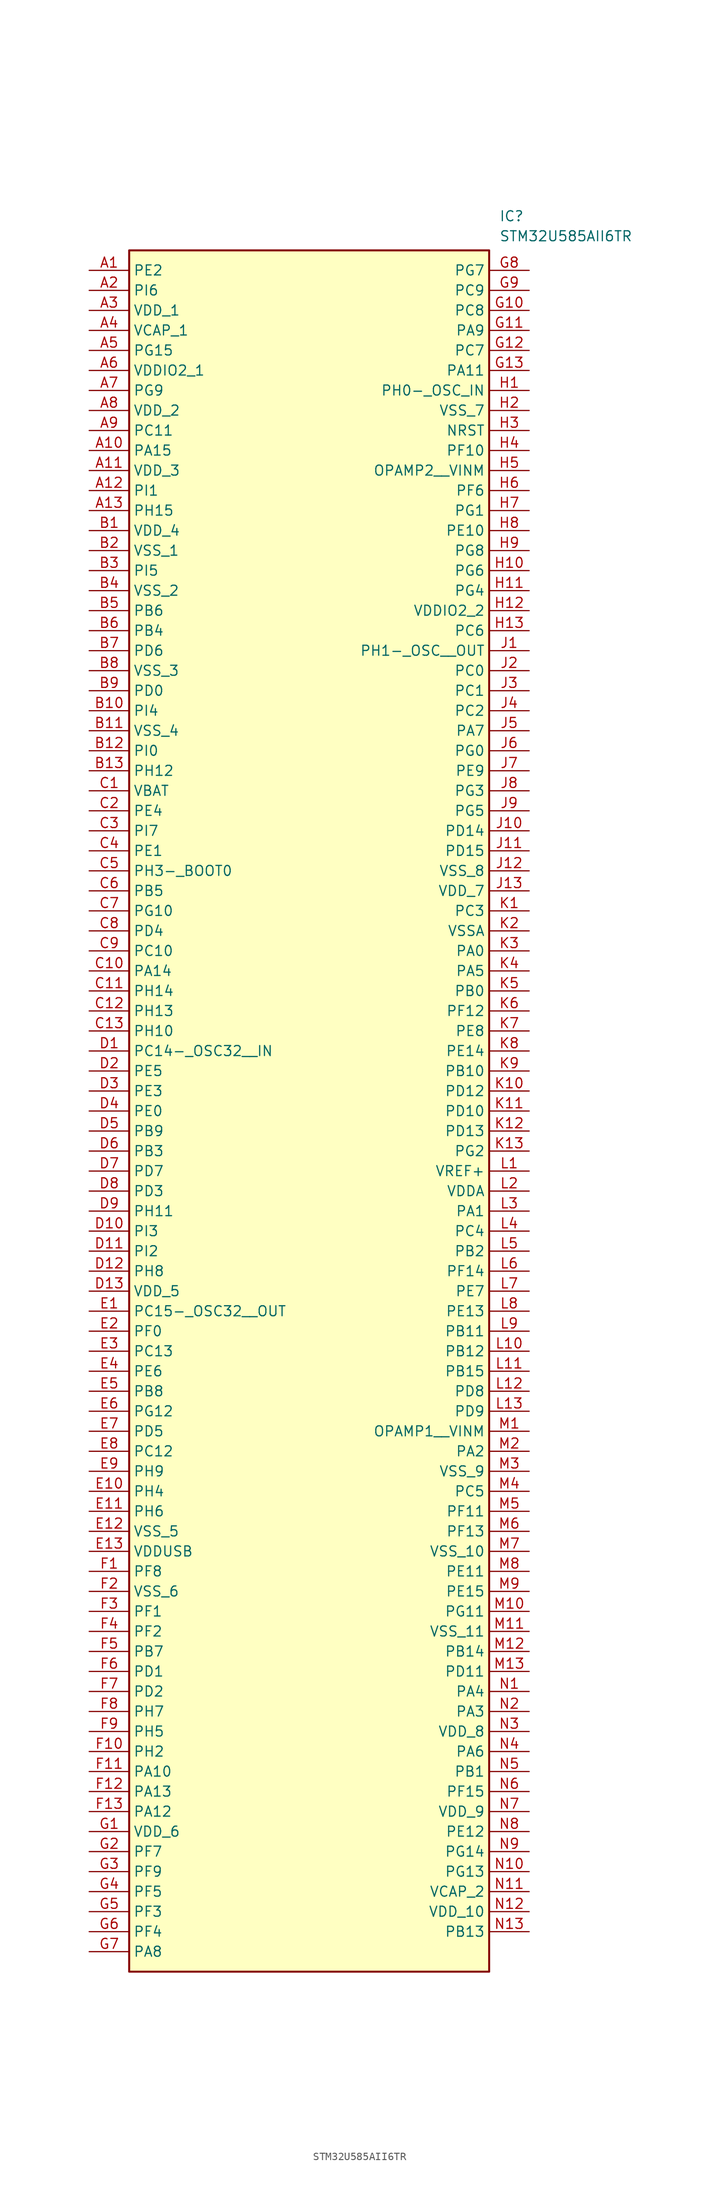
<source format=kicad_sym>
(kicad_symbol_lib
  (version 20241209)
  (generator "kicad_symbol_editor")
  (generator_version "9.0")
  (symbol "STM32U585AII6TR"
    (property "Reference" "IC"
      (at 52.07 7.62 0)
      (effects (font (size 1.27 1.27)) (justify left top)))
    (property "Value" "STM32U585AII6TR"
      (at 52.07 5.08 0)
      (effects (font (size 1.27 1.27)) (justify left top)))
    (symbol "STM32U585AII6TR_1_1"
      (rectangle (start 5.08 2.54) (end 50.8 -215.9) (stroke (width 0.254) (type default)) (fill (type background)))
      (pin passive line (at 0 0 0) (length 5.08) (name "PE2" (effects (font (size 1.27 1.27)))) (number "A1" (effects (font (size 1.27 1.27)))))
      (pin passive line (at 0 -2.54 0) (length 5.08) (name "PI6" (effects (font (size 1.27 1.27)))) (number "A2" (effects (font (size 1.27 1.27)))))
      (pin passive line (at 0 -5.08 0) (length 5.08) (name "VDD_1" (effects (font (size 1.27 1.27)))) (number "A3" (effects (font (size 1.27 1.27)))))
      (pin passive line (at 0 -7.62 0) (length 5.08) (name "VCAP_1" (effects (font (size 1.27 1.27)))) (number "A4" (effects (font (size 1.27 1.27)))))
      (pin passive line (at 0 -10.16 0) (length 5.08) (name "PG15" (effects (font (size 1.27 1.27)))) (number "A5" (effects (font (size 1.27 1.27)))))
      (pin passive line (at 0 -12.7 0) (length 5.08) (name "VDDIO2_1" (effects (font (size 1.27 1.27)))) (number "A6" (effects (font (size 1.27 1.27)))))
      (pin passive line (at 0 -15.24 0) (length 5.08) (name "PG9" (effects (font (size 1.27 1.27)))) (number "A7" (effects (font (size 1.27 1.27)))))
      (pin passive line (at 0 -17.78 0) (length 5.08) (name "VDD_2" (effects (font (size 1.27 1.27)))) (number "A8" (effects (font (size 1.27 1.27)))))
      (pin passive line (at 0 -20.32 0) (length 5.08) (name "PC11" (effects (font (size 1.27 1.27)))) (number "A9" (effects (font (size 1.27 1.27)))))
      (pin passive line (at 0 -22.86 0) (length 5.08) (name "PA15" (effects (font (size 1.27 1.27)))) (number "A10" (effects (font (size 1.27 1.27)))))
      (pin passive line (at 0 -25.4 0) (length 5.08) (name "VDD_3" (effects (font (size 1.27 1.27)))) (number "A11" (effects (font (size 1.27 1.27)))))
      (pin passive line (at 0 -27.94 0) (length 5.08) (name "PI1" (effects (font (size 1.27 1.27)))) (number "A12" (effects (font (size 1.27 1.27)))))
      (pin passive line (at 0 -30.48 0) (length 5.08) (name "PH15" (effects (font (size 1.27 1.27)))) (number "A13" (effects (font (size 1.27 1.27)))))
      (pin passive line (at 0 -33.02 0) (length 5.08) (name "VDD_4" (effects (font (size 1.27 1.27)))) (number "B1" (effects (font (size 1.27 1.27)))))
      (pin passive line (at 0 -35.56 0) (length 5.08) (name "VSS_1" (effects (font (size 1.27 1.27)))) (number "B2" (effects (font (size 1.27 1.27)))))
      (pin passive line (at 0 -38.1 0) (length 5.08) (name "PI5" (effects (font (size 1.27 1.27)))) (number "B3" (effects (font (size 1.27 1.27)))))
      (pin passive line (at 0 -40.64 0) (length 5.08) (name "VSS_2" (effects (font (size 1.27 1.27)))) (number "B4" (effects (font (size 1.27 1.27)))))
      (pin passive line (at 0 -43.18 0) (length 5.08) (name "PB6" (effects (font (size 1.27 1.27)))) (number "B5" (effects (font (size 1.27 1.27)))))
      (pin passive line (at 0 -45.72 0) (length 5.08) (name "PB4" (effects (font (size 1.27 1.27)))) (number "B6" (effects (font (size 1.27 1.27)))))
      (pin passive line (at 0 -48.26 0) (length 5.08) (name "PD6" (effects (font (size 1.27 1.27)))) (number "B7" (effects (font (size 1.27 1.27)))))
      (pin passive line (at 0 -50.8 0) (length 5.08) (name "VSS_3" (effects (font (size 1.27 1.27)))) (number "B8" (effects (font (size 1.27 1.27)))))
      (pin passive line (at 0 -53.34 0) (length 5.08) (name "PD0" (effects (font (size 1.27 1.27)))) (number "B9" (effects (font (size 1.27 1.27)))))
      (pin passive line (at 0 -55.88 0) (length 5.08) (name "PI4" (effects (font (size 1.27 1.27)))) (number "B10" (effects (font (size 1.27 1.27)))))
      (pin passive line (at 0 -58.42 0) (length 5.08) (name "VSS_4" (effects (font (size 1.27 1.27)))) (number "B11" (effects (font (size 1.27 1.27)))))
      (pin passive line (at 0 -60.96 0) (length 5.08) (name "PI0" (effects (font (size 1.27 1.27)))) (number "B12" (effects (font (size 1.27 1.27)))))
      (pin passive line (at 0 -63.5 0) (length 5.08) (name "PH12" (effects (font (size 1.27 1.27)))) (number "B13" (effects (font (size 1.27 1.27)))))
      (pin passive line (at 0 -66.04 0) (length 5.08) (name "VBAT" (effects (font (size 1.27 1.27)))) (number "C1" (effects (font (size 1.27 1.27)))))
      (pin passive line (at 0 -68.58 0) (length 5.08) (name "PE4" (effects (font (size 1.27 1.27)))) (number "C2" (effects (font (size 1.27 1.27)))))
      (pin passive line (at 0 -71.12 0) (length 5.08) (name "PI7" (effects (font (size 1.27 1.27)))) (number "C3" (effects (font (size 1.27 1.27)))))
      (pin passive line (at 0 -73.66 0) (length 5.08) (name "PE1" (effects (font (size 1.27 1.27)))) (number "C4" (effects (font (size 1.27 1.27)))))
      (pin passive line (at 0 -76.2 0) (length 5.08) (name "PH3-_BOOT0" (effects (font (size 1.27 1.27)))) (number "C5" (effects (font (size 1.27 1.27)))))
      (pin passive line (at 0 -78.74 0) (length 5.08) (name "PB5" (effects (font (size 1.27 1.27)))) (number "C6" (effects (font (size 1.27 1.27)))))
      (pin passive line (at 0 -81.28 0) (length 5.08) (name "PG10" (effects (font (size 1.27 1.27)))) (number "C7" (effects (font (size 1.27 1.27)))))
      (pin passive line (at 0 -83.82 0) (length 5.08) (name "PD4" (effects (font (size 1.27 1.27)))) (number "C8" (effects (font (size 1.27 1.27)))))
      (pin passive line (at 0 -86.36 0) (length 5.08) (name "PC10" (effects (font (size 1.27 1.27)))) (number "C9" (effects (font (size 1.27 1.27)))))
      (pin passive line (at 0 -88.9 0) (length 5.08) (name "PA14" (effects (font (size 1.27 1.27)))) (number "C10" (effects (font (size 1.27 1.27)))))
      (pin passive line (at 0 -91.44 0) (length 5.08) (name "PH14" (effects (font (size 1.27 1.27)))) (number "C11" (effects (font (size 1.27 1.27)))))
      (pin passive line (at 0 -93.98 0) (length 5.08) (name "PH13" (effects (font (size 1.27 1.27)))) (number "C12" (effects (font (size 1.27 1.27)))))
      (pin passive line (at 0 -96.52 0) (length 5.08) (name "PH10" (effects (font (size 1.27 1.27)))) (number "C13" (effects (font (size 1.27 1.27)))))
      (pin passive line (at 0 -99.06 0) (length 5.08) (name "PC14-_OSC32__IN" (effects (font (size 1.27 1.27)))) (number "D1" (effects (font (size 1.27 1.27)))))
      (pin passive line (at 0 -101.6 0) (length 5.08) (name "PE5" (effects (font (size 1.27 1.27)))) (number "D2" (effects (font (size 1.27 1.27)))))
      (pin passive line (at 0 -104.14 0) (length 5.08) (name "PE3" (effects (font (size 1.27 1.27)))) (number "D3" (effects (font (size 1.27 1.27)))))
      (pin passive line (at 0 -106.68 0) (length 5.08) (name "PE0" (effects (font (size 1.27 1.27)))) (number "D4" (effects (font (size 1.27 1.27)))))
      (pin passive line (at 0 -109.22 0) (length 5.08) (name "PB9" (effects (font (size 1.27 1.27)))) (number "D5" (effects (font (size 1.27 1.27)))))
      (pin passive line (at 0 -111.76 0) (length 5.08) (name "PB3" (effects (font (size 1.27 1.27)))) (number "D6" (effects (font (size 1.27 1.27)))))
      (pin passive line (at 0 -114.3 0) (length 5.08) (name "PD7" (effects (font (size 1.27 1.27)))) (number "D7" (effects (font (size 1.27 1.27)))))
      (pin passive line (at 0 -116.84 0) (length 5.08) (name "PD3" (effects (font (size 1.27 1.27)))) (number "D8" (effects (font (size 1.27 1.27)))))
      (pin passive line (at 0 -119.38 0) (length 5.08) (name "PH11" (effects (font (size 1.27 1.27)))) (number "D9" (effects (font (size 1.27 1.27)))))
      (pin passive line (at 0 -121.92 0) (length 5.08) (name "PI3" (effects (font (size 1.27 1.27)))) (number "D10" (effects (font (size 1.27 1.27)))))
      (pin passive line (at 0 -124.46 0) (length 5.08) (name "PI2" (effects (font (size 1.27 1.27)))) (number "D11" (effects (font (size 1.27 1.27)))))
      (pin passive line (at 0 -127 0) (length 5.08) (name "PH8" (effects (font (size 1.27 1.27)))) (number "D12" (effects (font (size 1.27 1.27)))))
      (pin passive line (at 0 -129.54 0) (length 5.08) (name "VDD_5" (effects (font (size 1.27 1.27)))) (number "D13" (effects (font (size 1.27 1.27)))))
      (pin passive line (at 0 -132.08 0) (length 5.08) (name "PC15-_OSC32__OUT" (effects (font (size 1.27 1.27)))) (number "E1" (effects (font (size 1.27 1.27)))))
      (pin passive line (at 0 -134.62 0) (length 5.08) (name "PF0" (effects (font (size 1.27 1.27)))) (number "E2" (effects (font (size 1.27 1.27)))))
      (pin passive line (at 0 -137.16 0) (length 5.08) (name "PC13" (effects (font (size 1.27 1.27)))) (number "E3" (effects (font (size 1.27 1.27)))))
      (pin passive line (at 0 -139.7 0) (length 5.08) (name "PE6" (effects (font (size 1.27 1.27)))) (number "E4" (effects (font (size 1.27 1.27)))))
      (pin passive line (at 0 -142.24 0) (length 5.08) (name "PB8" (effects (font (size 1.27 1.27)))) (number "E5" (effects (font (size 1.27 1.27)))))
      (pin passive line (at 0 -144.78 0) (length 5.08) (name "PG12" (effects (font (size 1.27 1.27)))) (number "E6" (effects (font (size 1.27 1.27)))))
      (pin passive line (at 0 -147.32 0) (length 5.08) (name "PD5" (effects (font (size 1.27 1.27)))) (number "E7" (effects (font (size 1.27 1.27)))))
      (pin passive line (at 0 -149.86 0) (length 5.08) (name "PC12" (effects (font (size 1.27 1.27)))) (number "E8" (effects (font (size 1.27 1.27)))))
      (pin passive line (at 0 -152.4 0) (length 5.08) (name "PH9" (effects (font (size 1.27 1.27)))) (number "E9" (effects (font (size 1.27 1.27)))))
      (pin passive line (at 0 -154.94 0) (length 5.08) (name "PH4" (effects (font (size 1.27 1.27)))) (number "E10" (effects (font (size 1.27 1.27)))))
      (pin passive line (at 0 -157.48 0) (length 5.08) (name "PH6" (effects (font (size 1.27 1.27)))) (number "E11" (effects (font (size 1.27 1.27)))))
      (pin passive line (at 0 -160.02 0) (length 5.08) (name "VSS_5" (effects (font (size 1.27 1.27)))) (number "E12" (effects (font (size 1.27 1.27)))))
      (pin passive line (at 0 -162.56 0) (length 5.08) (name "VDDUSB" (effects (font (size 1.27 1.27)))) (number "E13" (effects (font (size 1.27 1.27)))))
      (pin passive line (at 0 -165.1 0) (length 5.08) (name "PF8" (effects (font (size 1.27 1.27)))) (number "F1" (effects (font (size 1.27 1.27)))))
      (pin passive line (at 0 -167.64 0) (length 5.08) (name "VSS_6" (effects (font (size 1.27 1.27)))) (number "F2" (effects (font (size 1.27 1.27)))))
      (pin passive line (at 0 -170.18 0) (length 5.08) (name "PF1" (effects (font (size 1.27 1.27)))) (number "F3" (effects (font (size 1.27 1.27)))))
      (pin passive line (at 0 -172.72 0) (length 5.08) (name "PF2" (effects (font (size 1.27 1.27)))) (number "F4" (effects (font (size 1.27 1.27)))))
      (pin passive line (at 0 -175.26 0) (length 5.08) (name "PB7" (effects (font (size 1.27 1.27)))) (number "F5" (effects (font (size 1.27 1.27)))))
      (pin passive line (at 0 -177.8 0) (length 5.08) (name "PD1" (effects (font (size 1.27 1.27)))) (number "F6" (effects (font (size 1.27 1.27)))))
      (pin passive line (at 0 -180.34 0) (length 5.08) (name "PD2" (effects (font (size 1.27 1.27)))) (number "F7" (effects (font (size 1.27 1.27)))))
      (pin passive line (at 0 -182.88 0) (length 5.08) (name "PH7" (effects (font (size 1.27 1.27)))) (number "F8" (effects (font (size 1.27 1.27)))))
      (pin passive line (at 0 -185.42 0) (length 5.08) (name "PH5" (effects (font (size 1.27 1.27)))) (number "F9" (effects (font (size 1.27 1.27)))))
      (pin passive line (at 0 -187.96 0) (length 5.08) (name "PH2" (effects (font (size 1.27 1.27)))) (number "F10" (effects (font (size 1.27 1.27)))))
      (pin passive line (at 0 -190.5 0) (length 5.08) (name "PA10" (effects (font (size 1.27 1.27)))) (number "F11" (effects (font (size 1.27 1.27)))))
      (pin passive line (at 0 -193.04 0) (length 5.08) (name "PA13" (effects (font (size 1.27 1.27)))) (number "F12" (effects (font (size 1.27 1.27)))))
      (pin passive line (at 0 -195.58 0) (length 5.08) (name "PA12" (effects (font (size 1.27 1.27)))) (number "F13" (effects (font (size 1.27 1.27)))))
      (pin passive line (at 0 -198.12 0) (length 5.08) (name "VDD_6" (effects (font (size 1.27 1.27)))) (number "G1" (effects (font (size 1.27 1.27)))))
      (pin passive line (at 0 -200.66 0) (length 5.08) (name "PF7" (effects (font (size 1.27 1.27)))) (number "G2" (effects (font (size 1.27 1.27)))))
      (pin passive line (at 0 -203.2 0) (length 5.08) (name "PF9" (effects (font (size 1.27 1.27)))) (number "G3" (effects (font (size 1.27 1.27)))))
      (pin passive line (at 0 -205.74 0) (length 5.08) (name "PF5" (effects (font (size 1.27 1.27)))) (number "G4" (effects (font (size 1.27 1.27)))))
      (pin passive line (at 0 -208.28 0) (length 5.08) (name "PF3" (effects (font (size 1.27 1.27)))) (number "G5" (effects (font (size 1.27 1.27)))))
      (pin passive line (at 0 -210.82 0) (length 5.08) (name "PF4" (effects (font (size 1.27 1.27)))) (number "G6" (effects (font (size 1.27 1.27)))))
      (pin passive line (at 0 -213.36 0) (length 5.08) (name "PA8" (effects (font (size 1.27 1.27)))) (number "G7" (effects (font (size 1.27 1.27)))))
      (pin passive line (at 55.88 0 180) (length 5.08) (name "PG7" (effects (font (size 1.27 1.27)))) (number "G8" (effects (font (size 1.27 1.27)))))
      (pin passive line (at 55.88 -2.54 180) (length 5.08) (name "PC9" (effects (font (size 1.27 1.27)))) (number "G9" (effects (font (size 1.27 1.27)))))
      (pin passive line (at 55.88 -5.08 180) (length 5.08) (name "PC8" (effects (font (size 1.27 1.27)))) (number "G10" (effects (font (size 1.27 1.27)))))
      (pin passive line (at 55.88 -7.62 180) (length 5.08) (name "PA9" (effects (font (size 1.27 1.27)))) (number "G11" (effects (font (size 1.27 1.27)))))
      (pin passive line (at 55.88 -10.16 180) (length 5.08) (name "PC7" (effects (font (size 1.27 1.27)))) (number "G12" (effects (font (size 1.27 1.27)))))
      (pin passive line (at 55.88 -12.7 180) (length 5.08) (name "PA11" (effects (font (size 1.27 1.27)))) (number "G13" (effects (font (size 1.27 1.27)))))
      (pin passive line (at 55.88 -15.24 180) (length 5.08) (name "PH0-_OSC_IN" (effects (font (size 1.27 1.27)))) (number "H1" (effects (font (size 1.27 1.27)))))
      (pin passive line (at 55.88 -17.78 180) (length 5.08) (name "VSS_7" (effects (font (size 1.27 1.27)))) (number "H2" (effects (font (size 1.27 1.27)))))
      (pin passive line (at 55.88 -20.32 180) (length 5.08) (name "NRST" (effects (font (size 1.27 1.27)))) (number "H3" (effects (font (size 1.27 1.27)))))
      (pin passive line (at 55.88 -22.86 180) (length 5.08) (name "PF10" (effects (font (size 1.27 1.27)))) (number "H4" (effects (font (size 1.27 1.27)))))
      (pin passive line (at 55.88 -25.4 180) (length 5.08) (name "OPAMP2__VINM" (effects (font (size 1.27 1.27)))) (number "H5" (effects (font (size 1.27 1.27)))))
      (pin passive line (at 55.88 -27.94 180) (length 5.08) (name "PF6" (effects (font (size 1.27 1.27)))) (number "H6" (effects (font (size 1.27 1.27)))))
      (pin passive line (at 55.88 -30.48 180) (length 5.08) (name "PG1" (effects (font (size 1.27 1.27)))) (number "H7" (effects (font (size 1.27 1.27)))))
      (pin passive line (at 55.88 -33.02 180) (length 5.08) (name "PE10" (effects (font (size 1.27 1.27)))) (number "H8" (effects (font (size 1.27 1.27)))))
      (pin passive line (at 55.88 -35.56 180) (length 5.08) (name "PG8" (effects (font (size 1.27 1.27)))) (number "H9" (effects (font (size 1.27 1.27)))))
      (pin passive line (at 55.88 -38.1 180) (length 5.08) (name "PG6" (effects (font (size 1.27 1.27)))) (number "H10" (effects (font (size 1.27 1.27)))))
      (pin passive line (at 55.88 -40.64 180) (length 5.08) (name "PG4" (effects (font (size 1.27 1.27)))) (number "H11" (effects (font (size 1.27 1.27)))))
      (pin passive line (at 55.88 -43.18 180) (length 5.08) (name "VDDIO2_2" (effects (font (size 1.27 1.27)))) (number "H12" (effects (font (size 1.27 1.27)))))
      (pin passive line (at 55.88 -45.72 180) (length 5.08) (name "PC6" (effects (font (size 1.27 1.27)))) (number "H13" (effects (font (size 1.27 1.27)))))
      (pin passive line (at 55.88 -48.26 180) (length 5.08) (name "PH1-_OSC__OUT" (effects (font (size 1.27 1.27)))) (number "J1" (effects (font (size 1.27 1.27)))))
      (pin passive line (at 55.88 -50.8 180) (length 5.08) (name "PC0" (effects (font (size 1.27 1.27)))) (number "J2" (effects (font (size 1.27 1.27)))))
      (pin passive line (at 55.88 -53.34 180) (length 5.08) (name "PC1" (effects (font (size 1.27 1.27)))) (number "J3" (effects (font (size 1.27 1.27)))))
      (pin passive line (at 55.88 -55.88 180) (length 5.08) (name "PC2" (effects (font (size 1.27 1.27)))) (number "J4" (effects (font (size 1.27 1.27)))))
      (pin passive line (at 55.88 -58.42 180) (length 5.08) (name "PA7" (effects (font (size 1.27 1.27)))) (number "J5" (effects (font (size 1.27 1.27)))))
      (pin passive line (at 55.88 -60.96 180) (length 5.08) (name "PG0" (effects (font (size 1.27 1.27)))) (number "J6" (effects (font (size 1.27 1.27)))))
      (pin passive line (at 55.88 -63.5 180) (length 5.08) (name "PE9" (effects (font (size 1.27 1.27)))) (number "J7" (effects (font (size 1.27 1.27)))))
      (pin passive line (at 55.88 -66.04 180) (length 5.08) (name "PG3" (effects (font (size 1.27 1.27)))) (number "J8" (effects (font (size 1.27 1.27)))))
      (pin passive line (at 55.88 -68.58 180) (length 5.08) (name "PG5" (effects (font (size 1.27 1.27)))) (number "J9" (effects (font (size 1.27 1.27)))))
      (pin passive line (at 55.88 -71.12 180) (length 5.08) (name "PD14" (effects (font (size 1.27 1.27)))) (number "J10" (effects (font (size 1.27 1.27)))))
      (pin passive line (at 55.88 -73.66 180) (length 5.08) (name "PD15" (effects (font (size 1.27 1.27)))) (number "J11" (effects (font (size 1.27 1.27)))))
      (pin passive line (at 55.88 -76.2 180) (length 5.08) (name "VSS_8" (effects (font (size 1.27 1.27)))) (number "J12" (effects (font (size 1.27 1.27)))))
      (pin passive line (at 55.88 -78.74 180) (length 5.08) (name "VDD_7" (effects (font (size 1.27 1.27)))) (number "J13" (effects (font (size 1.27 1.27)))))
      (pin passive line (at 55.88 -81.28 180) (length 5.08) (name "PC3" (effects (font (size 1.27 1.27)))) (number "K1" (effects (font (size 1.27 1.27)))))
      (pin passive line (at 55.88 -83.82 180) (length 5.08) (name "VSSA" (effects (font (size 1.27 1.27)))) (number "K2" (effects (font (size 1.27 1.27)))))
      (pin passive line (at 55.88 -86.36 180) (length 5.08) (name "PA0" (effects (font (size 1.27 1.27)))) (number "K3" (effects (font (size 1.27 1.27)))))
      (pin passive line (at 55.88 -88.9 180) (length 5.08) (name "PA5" (effects (font (size 1.27 1.27)))) (number "K4" (effects (font (size 1.27 1.27)))))
      (pin passive line (at 55.88 -91.44 180) (length 5.08) (name "PB0" (effects (font (size 1.27 1.27)))) (number "K5" (effects (font (size 1.27 1.27)))))
      (pin passive line (at 55.88 -93.98 180) (length 5.08) (name "PF12" (effects (font (size 1.27 1.27)))) (number "K6" (effects (font (size 1.27 1.27)))))
      (pin passive line (at 55.88 -96.52 180) (length 5.08) (name "PE8" (effects (font (size 1.27 1.27)))) (number "K7" (effects (font (size 1.27 1.27)))))
      (pin passive line (at 55.88 -99.06 180) (length 5.08) (name "PE14" (effects (font (size 1.27 1.27)))) (number "K8" (effects (font (size 1.27 1.27)))))
      (pin passive line (at 55.88 -101.6 180) (length 5.08) (name "PB10" (effects (font (size 1.27 1.27)))) (number "K9" (effects (font (size 1.27 1.27)))))
      (pin passive line (at 55.88 -104.14 180) (length 5.08) (name "PD12" (effects (font (size 1.27 1.27)))) (number "K10" (effects (font (size 1.27 1.27)))))
      (pin passive line (at 55.88 -106.68 180) (length 5.08) (name "PD10" (effects (font (size 1.27 1.27)))) (number "K11" (effects (font (size 1.27 1.27)))))
      (pin passive line (at 55.88 -109.22 180) (length 5.08) (name "PD13" (effects (font (size 1.27 1.27)))) (number "K12" (effects (font (size 1.27 1.27)))))
      (pin passive line (at 55.88 -111.76 180) (length 5.08) (name "PG2" (effects (font (size 1.27 1.27)))) (number "K13" (effects (font (size 1.27 1.27)))))
      (pin passive line (at 55.88 -114.3 180) (length 5.08) (name "VREF+" (effects (font (size 1.27 1.27)))) (number "L1" (effects (font (size 1.27 1.27)))))
      (pin passive line (at 55.88 -116.84 180) (length 5.08) (name "VDDA" (effects (font (size 1.27 1.27)))) (number "L2" (effects (font (size 1.27 1.27)))))
      (pin passive line (at 55.88 -119.38 180) (length 5.08) (name "PA1" (effects (font (size 1.27 1.27)))) (number "L3" (effects (font (size 1.27 1.27)))))
      (pin passive line (at 55.88 -121.92 180) (length 5.08) (name "PC4" (effects (font (size 1.27 1.27)))) (number "L4" (effects (font (size 1.27 1.27)))))
      (pin passive line (at 55.88 -124.46 180) (length 5.08) (name "PB2" (effects (font (size 1.27 1.27)))) (number "L5" (effects (font (size 1.27 1.27)))))
      (pin passive line (at 55.88 -127 180) (length 5.08) (name "PF14" (effects (font (size 1.27 1.27)))) (number "L6" (effects (font (size 1.27 1.27)))))
      (pin passive line (at 55.88 -129.54 180) (length 5.08) (name "PE7" (effects (font (size 1.27 1.27)))) (number "L7" (effects (font (size 1.27 1.27)))))
      (pin passive line (at 55.88 -132.08 180) (length 5.08) (name "PE13" (effects (font (size 1.27 1.27)))) (number "L8" (effects (font (size 1.27 1.27)))))
      (pin passive line (at 55.88 -134.62 180) (length 5.08) (name "PB11" (effects (font (size 1.27 1.27)))) (number "L9" (effects (font (size 1.27 1.27)))))
      (pin passive line (at 55.88 -137.16 180) (length 5.08) (name "PB12" (effects (font (size 1.27 1.27)))) (number "L10" (effects (font (size 1.27 1.27)))))
      (pin passive line (at 55.88 -139.7 180) (length 5.08) (name "PB15" (effects (font (size 1.27 1.27)))) (number "L11" (effects (font (size 1.27 1.27)))))
      (pin passive line (at 55.88 -142.24 180) (length 5.08) (name "PD8" (effects (font (size 1.27 1.27)))) (number "L12" (effects (font (size 1.27 1.27)))))
      (pin passive line (at 55.88 -144.78 180) (length 5.08) (name "PD9" (effects (font (size 1.27 1.27)))) (number "L13" (effects (font (size 1.27 1.27)))))
      (pin passive line (at 55.88 -147.32 180) (length 5.08) (name "OPAMP1__VINM" (effects (font (size 1.27 1.27)))) (number "M1" (effects (font (size 1.27 1.27)))))
      (pin passive line (at 55.88 -149.86 180) (length 5.08) (name "PA2" (effects (font (size 1.27 1.27)))) (number "M2" (effects (font (size 1.27 1.27)))))
      (pin passive line (at 55.88 -152.4 180) (length 5.08) (name "VSS_9" (effects (font (size 1.27 1.27)))) (number "M3" (effects (font (size 1.27 1.27)))))
      (pin passive line (at 55.88 -154.94 180) (length 5.08) (name "PC5" (effects (font (size 1.27 1.27)))) (number "M4" (effects (font (size 1.27 1.27)))))
      (pin passive line (at 55.88 -157.48 180) (length 5.08) (name "PF11" (effects (font (size 1.27 1.27)))) (number "M5" (effects (font (size 1.27 1.27)))))
      (pin passive line (at 55.88 -160.02 180) (length 5.08) (name "PF13" (effects (font (size 1.27 1.27)))) (number "M6" (effects (font (size 1.27 1.27)))))
      (pin passive line (at 55.88 -162.56 180) (length 5.08) (name "VSS_10" (effects (font (size 1.27 1.27)))) (number "M7" (effects (font (size 1.27 1.27)))))
      (pin passive line (at 55.88 -165.1 180) (length 5.08) (name "PE11" (effects (font (size 1.27 1.27)))) (number "M8" (effects (font (size 1.27 1.27)))))
      (pin passive line (at 55.88 -167.64 180) (length 5.08) (name "PE15" (effects (font (size 1.27 1.27)))) (number "M9" (effects (font (size 1.27 1.27)))))
      (pin passive line (at 55.88 -170.18 180) (length 5.08) (name "PG11" (effects (font (size 1.27 1.27)))) (number "M10" (effects (font (size 1.27 1.27)))))
      (pin passive line (at 55.88 -172.72 180) (length 5.08) (name "VSS_11" (effects (font (size 1.27 1.27)))) (number "M11" (effects (font (size 1.27 1.27)))))
      (pin passive line (at 55.88 -175.26 180) (length 5.08) (name "PB14" (effects (font (size 1.27 1.27)))) (number "M12" (effects (font (size 1.27 1.27)))))
      (pin passive line (at 55.88 -177.8 180) (length 5.08) (name "PD11" (effects (font (size 1.27 1.27)))) (number "M13" (effects (font (size 1.27 1.27)))))
      (pin passive line (at 55.88 -180.34 180) (length 5.08) (name "PA4" (effects (font (size 1.27 1.27)))) (number "N1" (effects (font (size 1.27 1.27)))))
      (pin passive line (at 55.88 -182.88 180) (length 5.08) (name "PA3" (effects (font (size 1.27 1.27)))) (number "N2" (effects (font (size 1.27 1.27)))))
      (pin passive line (at 55.88 -185.42 180) (length 5.08) (name "VDD_8" (effects (font (size 1.27 1.27)))) (number "N3" (effects (font (size 1.27 1.27)))))
      (pin passive line (at 55.88 -187.96 180) (length 5.08) (name "PA6" (effects (font (size 1.27 1.27)))) (number "N4" (effects (font (size 1.27 1.27)))))
      (pin passive line (at 55.88 -190.5 180) (length 5.08) (name "PB1" (effects (font (size 1.27 1.27)))) (number "N5" (effects (font (size 1.27 1.27)))))
      (pin passive line (at 55.88 -193.04 180) (length 5.08) (name "PF15" (effects (font (size 1.27 1.27)))) (number "N6" (effects (font (size 1.27 1.27)))))
      (pin passive line (at 55.88 -195.58 180) (length 5.08) (name "VDD_9" (effects (font (size 1.27 1.27)))) (number "N7" (effects (font (size 1.27 1.27)))))
      (pin passive line (at 55.88 -198.12 180) (length 5.08) (name "PE12" (effects (font (size 1.27 1.27)))) (number "N8" (effects (font (size 1.27 1.27)))))
      (pin passive line (at 55.88 -200.66 180) (length 5.08) (name "PG14" (effects (font (size 1.27 1.27)))) (number "N9" (effects (font (size 1.27 1.27)))))
      (pin passive line (at 55.88 -203.2 180) (length 5.08) (name "PG13" (effects (font (size 1.27 1.27)))) (number "N10" (effects (font (size 1.27 1.27)))))
      (pin passive line (at 55.88 -205.74 180) (length 5.08) (name "VCAP_2" (effects (font (size 1.27 1.27)))) (number "N11" (effects (font (size 1.27 1.27)))))
      (pin passive line (at 55.88 -208.28 180) (length 5.08) (name "VDD_10" (effects (font (size 1.27 1.27)))) (number "N12" (effects (font (size 1.27 1.27)))))
      (pin passive line (at 55.88 -210.82 180) (length 5.08) (name "PB13" (effects (font (size 1.27 1.27)))) (number "N13" (effects (font (size 1.27 1.27))))))))
</source>
